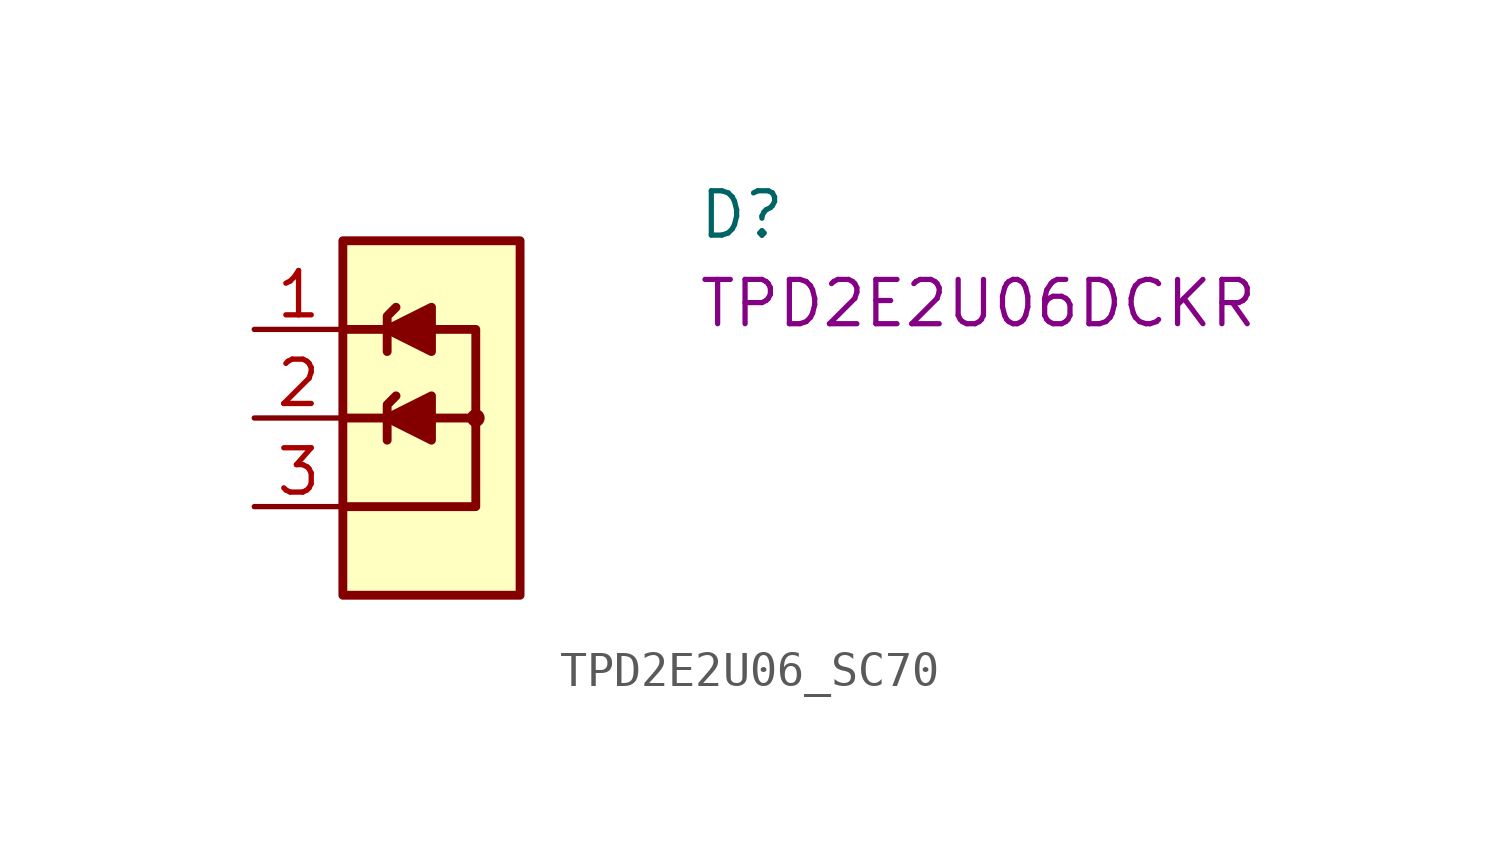
<source format=kicad_sym>
(kicad_symbol_lib
  (version 20220914)
  (generator kicad_symbol_editor)
  (symbol "TPD2E2U06_SC70"
    (pin_names hide)
    (property "Reference" "D"
      (at 12.7 2.54 0)
      (effects (font (size 1.27 1.27) (thickness 0.15)) (justify left bottom)))
    (property "MPN" "TPD2E2U06DCKR"
      (at 12.7 0 0)
      (effects (font (size 1.27 1.27) (thickness 0.15)) (justify left bottom)))
    (symbol "TPD2E2U06_SC70_0_1"
      (polyline (pts (xy 3.81 -2.54) (xy 2.54 -2.54)) (stroke (width 0.254) (type default)) (fill (type none)))
      (polyline (pts (xy 3.81 0) (xy 2.54 0)) (stroke (width 0.254) (type default)) (fill (type none)))
      (polyline (pts (xy 5.08 -2.54) (xy 6.35 -2.54)) (stroke (width 0.254) (type default)) (fill (type none)))
      (polyline (pts (xy 2.54 -5.08) (xy 6.35 -5.08) (xy 6.35 0) (xy 5.08 0)) (stroke (width 0.254) (type default)) (fill (type none))))
    (symbol "TPD2E2U06_SC70_1_1"
      (polyline (pts (xy 3.81 -3.175) (xy 3.81 -2.921) (xy 3.81 -2.159) (xy 4.064 -1.905)) (stroke (width 0.254) (type default)) (fill (type background)))
      (polyline (pts (xy 3.81 -0.635) (xy 3.81 -0.381) (xy 3.81 0.381) (xy 4.064 0.635)) (stroke (width 0.254) (type default)) (fill (type background)))
      (polyline (pts (xy 5.08 -3.175) (xy 5.08 -1.905) (xy 3.81 -2.54) (xy 5.08 -3.175)) (stroke (width 0.254) (type default)) (fill (type outline)))
      (polyline (pts (xy 5.08 -0.635) (xy 5.08 0.635) (xy 3.81 0) (xy 5.08 -0.635)) (stroke (width 0.254) (type default)) (fill (type outline)))
      (rectangle (start 2.54 2.54) (end 7.62 -7.62) (stroke (width 0.254) (type default)) (fill (type background)))
      (circle (center 6.35 -2.54) (radius 0.127) (stroke (width 0.254) (type default)) (fill (type background)))
      (pin passive line (at 0 0 0) (length 2.54) (name "1" (effects (font (size 1.27 1.27)))) (number "1" (effects (font (size 1.27 1.27)))))
      (pin passive line (at 0 -2.54 0) (length 2.54) (name "2" (effects (font (size 1.27 1.27)))) (number "2" (effects (font (size 1.27 1.27)))))
      (pin passive line (at 0 -5.08 0) (length 2.54) (name "3" (effects (font (size 1.27 1.27)))) (number "3" (effects (font (size 1.27 1.27))))))))
</source>
